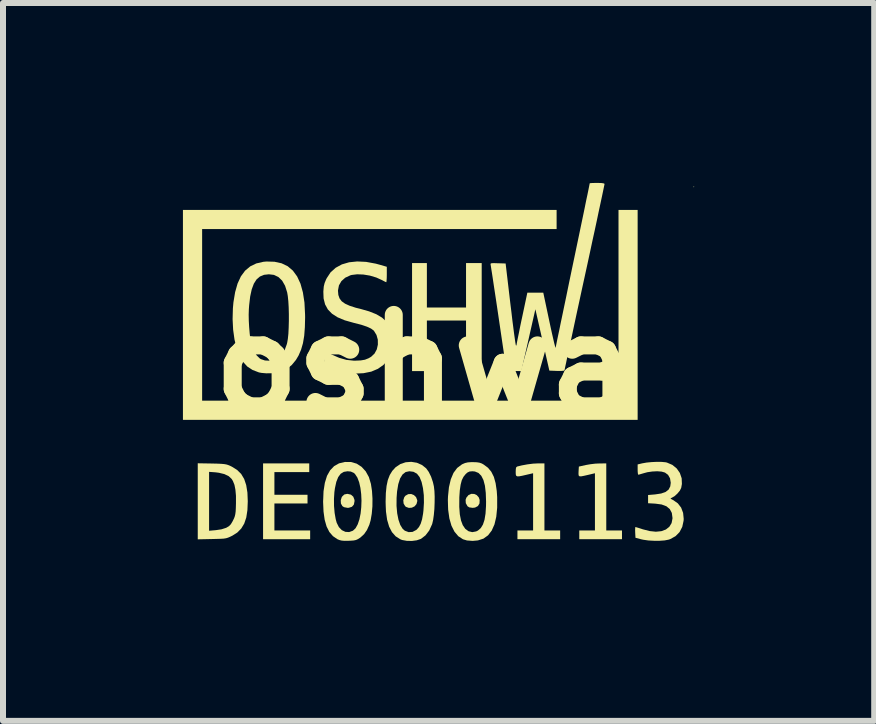
<source format=kicad_pcb>
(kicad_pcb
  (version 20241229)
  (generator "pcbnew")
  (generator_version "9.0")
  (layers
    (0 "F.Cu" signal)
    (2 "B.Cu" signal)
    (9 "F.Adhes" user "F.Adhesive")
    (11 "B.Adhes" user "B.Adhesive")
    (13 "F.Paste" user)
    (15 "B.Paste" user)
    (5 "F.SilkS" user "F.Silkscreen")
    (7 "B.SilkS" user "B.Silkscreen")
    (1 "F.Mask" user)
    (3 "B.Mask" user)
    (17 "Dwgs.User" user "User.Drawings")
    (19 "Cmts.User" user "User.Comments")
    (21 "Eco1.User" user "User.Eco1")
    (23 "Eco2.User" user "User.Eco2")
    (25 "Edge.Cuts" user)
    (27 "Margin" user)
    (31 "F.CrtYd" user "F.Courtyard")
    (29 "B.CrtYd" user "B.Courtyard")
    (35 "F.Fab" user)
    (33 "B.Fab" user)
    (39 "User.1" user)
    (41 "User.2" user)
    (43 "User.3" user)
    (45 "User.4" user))
  (footprint "oshwa"
    (layer "F.Cu")
    (at 4.023 3.035)
    (property "Reference" "oshwa" (at 0 0 0) (layer "F.SilkS") (effects (font (size 1.524 1.524) (thickness 0.3))))
    (attr board_only exclude_from_pos_files exclude_from_bom)
    (fp_poly (pts (xy 4.502 -2.97) (xy 4.495 -2.963) (xy 4.487 -2.97) (xy 4.495 -2.977)) (stroke (width 0) (type solid)) (fill yes) (layer "F.SilkS"))
    (fp_poly (pts (xy 2.207 -2.266) (xy -3.703 -2.266) (xy -3.703 0.595) (xy 3.239 0.595) (xy 3.239 -2.585) (xy 3.558 -2.585) (xy 3.558 0.915) (xy -4.023 0.915) (xy -4.023 -2.585) (xy 2.207 -2.585)) (stroke (width 0) (type solid)) (fill yes) (layer "F.SilkS"))
    (fp_poly (pts (xy -1.917 1.786) (xy -2.498 1.786) (xy -2.498 2.164) (xy -1.946 2.164) (xy -1.946 2.309) (xy -2.498 2.309) (xy -2.498 2.759) (xy -1.902 2.759) (xy -1.902 2.905) (xy -2.687 2.905) (xy -2.687 1.641) (xy -1.917 1.641)) (stroke (width 0) (type solid)) (fill yes) (layer "F.SilkS"))
    (fp_poly (pts (xy 0.044 -0.958) (xy 0.697 -0.958) (xy 0.697 -1.699) (xy 0.958 -1.699) (xy 0.958 0.102) (xy 0.697 0.102) (xy 0.697 -0.741) (xy 0.044 -0.741) (xy 0.044 0.102) (xy -0.203 0.102) (xy -0.203 -1.699) (xy 0.044 -1.699)) (stroke (width 0) (type solid)) (fill yes) (layer "F.SilkS"))
    (fp_poly (pts (xy 0.832 2.15) (xy 0.876 2.17) (xy 0.91 2.209) (xy 0.924 2.251) (xy 0.921 2.309) (xy 0.895 2.352) (xy 0.848 2.377) (xy 0.807 2.382) (xy 0.751 2.374) (xy 0.722 2.356) (xy 0.693 2.304) (xy 0.69 2.247) (xy 0.703 2.211) (xy 0.738 2.169) (xy 0.783 2.149)) (stroke (width 0) (type solid)) (fill yes) (layer "F.SilkS"))
    (fp_poly (pts (xy -0.172 2.169) (xy -0.136 2.204) (xy -0.117 2.254) (xy -0.116 2.27) (xy -0.129 2.319) (xy -0.161 2.357) (xy -0.206 2.379) (xy -0.256 2.383) (xy -0.304 2.366) (xy -0.319 2.353) (xy -0.344 2.31) (xy -0.349 2.257) (xy -0.334 2.207) (xy -0.315 2.181) (xy -0.268 2.154) (xy -0.218 2.151)) (stroke (width 0) (type solid)) (fill yes) (layer "F.SilkS"))
    (fp_poly (pts (xy -1.222 2.162) (xy -1.183 2.196) (xy -1.163 2.249) (xy -1.162 2.27) (xy -1.173 2.327) (xy -1.205 2.364) (xy -1.258 2.381) (xy -1.278 2.382) (xy -1.337 2.371) (xy -1.365 2.353) (xy -1.389 2.31) (xy -1.392 2.257) (xy -1.376 2.205) (xy -1.364 2.188) (xy -1.332 2.159) (xy -1.29 2.15) (xy -1.279 2.149)) (stroke (width 0) (type solid)) (fill yes) (layer "F.SilkS"))
    (fp_poly (pts (xy 3.035 2.759) (xy 3.297 2.759) (xy 3.297 2.905) (xy 2.585 2.905) (xy 2.585 2.759) (xy 2.846 2.759) (xy 2.846 1.805) (xy 2.734 1.832) (xy 2.663 1.848) (xy 2.617 1.857) (xy 2.589 1.856) (xy 2.575 1.843) (xy 2.572 1.818) (xy 2.573 1.779) (xy 2.573 1.776) (xy 2.578 1.694) (xy 2.694 1.668) (xy 2.769 1.655) (xy 2.852 1.645) (xy 2.923 1.642) (xy 3.035 1.641)) (stroke (width 0) (type solid)) (fill yes) (layer "F.SilkS"))
    (fp_poly (pts (xy 2.004 2.759) (xy 2.266 2.759) (xy 2.266 2.905) (xy 1.554 2.905) (xy 1.554 2.759) (xy 1.815 2.759) (xy 1.815 1.805) (xy 1.703 1.831) (xy 1.629 1.848) (xy 1.579 1.857) (xy 1.549 1.857) (xy 1.532 1.845) (xy 1.526 1.822) (xy 1.525 1.786) (xy 1.525 1.78) (xy 1.527 1.732) (xy 1.534 1.705) (xy 1.55 1.693) (xy 1.55 1.693) (xy 1.628 1.674) (xy 1.721 1.657) (xy 1.815 1.645) (xy 1.896 1.641) (xy 1.896 1.641) (xy 2.004 1.641)) (stroke (width 0) (type solid)) (fill yes) (layer "F.SilkS"))
    (fp_poly (pts (xy -3.539 1.643) (xy -3.451 1.645) (xy -3.386 1.648) (xy -3.339 1.652) (xy -3.302 1.658) (xy -3.271 1.667) (xy -3.239 1.68) (xy -3.205 1.697) (xy -3.12 1.75) (xy -3.052 1.817) (xy -3.002 1.901) (xy -2.968 2.003) (xy -2.948 2.127) (xy -2.942 2.273) (xy -2.948 2.42) (xy -2.967 2.543) (xy -3.001 2.644) (xy -3.051 2.727) (xy -3.117 2.794) (xy -3.201 2.847) (xy -3.205 2.849) (xy -3.243 2.867) (xy -3.274 2.88) (xy -3.305 2.889) (xy -3.343 2.895) (xy -3.392 2.898) (xy -3.459 2.9) (xy -3.539 2.902) (xy -3.776 2.907) (xy -3.776 2.764) (xy -3.587 2.764) (xy -3.475 2.754) (xy -3.381 2.74) (xy -3.306 2.716) (xy -3.297 2.712) (xy -3.255 2.687) (xy -3.224 2.655) (xy -3.195 2.606) (xy -3.188 2.592) (xy -3.17 2.555) (xy -3.158 2.522) (xy -3.15 2.487) (xy -3.144 2.442) (xy -3.141 2.382) (xy -3.139 2.307) (xy -3.139 2.181) (xy -3.148 2.08) (xy -3.164 1.999) (xy -3.19 1.934) (xy -3.211 1.9) (xy -3.26 1.854) (xy -3.333 1.819) (xy -3.424 1.797) (xy -3.478 1.79) (xy -3.587 1.782) (xy -3.587 2.764) (xy -3.776 2.764) (xy -3.776 1.639)) (stroke (width 0) (type solid)) (fill yes) (layer "F.SilkS"))
    (fp_poly (pts (xy 0.876 1.622) (xy 0.921 1.629) (xy 0.961 1.643) (xy 0.992 1.661) (xy 1.062 1.713) (xy 1.118 1.78) (xy 1.161 1.866) (xy 1.19 1.971) (xy 1.209 2.1) (xy 1.216 2.203) (xy 1.216 2.38) (xy 1.201 2.531) (xy 1.171 2.658) (xy 1.125 2.761) (xy 1.064 2.84) (xy 0.988 2.895) (xy 0.895 2.925) (xy 0.807 2.933) (xy 0.713 2.926) (xy 0.646 2.906) (xy 0.568 2.855) (xy 0.504 2.779) (xy 0.454 2.68) (xy 0.419 2.558) (xy 0.399 2.415) (xy 0.397 2.365) (xy 0.584 2.365) (xy 0.593 2.49) (xy 0.613 2.592) (xy 0.642 2.67) (xy 0.685 2.733) (xy 0.739 2.772) (xy 0.801 2.787) (xy 0.866 2.775) (xy 0.896 2.76) (xy 0.943 2.719) (xy 0.979 2.66) (xy 1.005 2.581) (xy 1.022 2.478) (xy 1.03 2.351) (xy 1.031 2.28) (xy 1.026 2.133) (xy 1.012 2.013) (xy 0.987 1.918) (xy 0.951 1.847) (xy 0.904 1.8) (xy 0.845 1.776) (xy 0.803 1.772) (xy 0.756 1.776) (xy 0.72 1.793) (xy 0.69 1.82) (xy 0.654 1.865) (xy 0.626 1.922) (xy 0.607 1.995) (xy 0.593 2.089) (xy 0.585 2.206) (xy 0.585 2.216) (xy 0.584 2.365) (xy 0.397 2.365) (xy 0.394 2.251) (xy 0.396 2.194) (xy 0.412 2.038) (xy 0.443 1.906) (xy 0.488 1.799) (xy 0.549 1.717) (xy 0.625 1.66) (xy 0.631 1.656) (xy 0.679 1.635) (xy 0.726 1.624) (xy 0.784 1.62) (xy 0.813 1.62)) (stroke (width 0) (type solid)) (fill yes) (layer "F.SilkS"))
    (fp_poly (pts (xy -1.22 1.618) (xy -1.127 1.645) (xy -1.045 1.698) (xy -0.976 1.773) (xy -0.923 1.869) (xy -0.889 1.982) (xy -0.871 2.1) (xy -0.863 2.227) (xy -0.864 2.357) (xy -0.875 2.481) (xy -0.894 2.591) (xy -0.915 2.663) (xy -0.955 2.752) (xy -1.002 2.82) (xy -1.061 2.874) (xy -1.072 2.882) (xy -1.107 2.904) (xy -1.138 2.918) (xy -1.177 2.926) (xy -1.232 2.93) (xy -1.261 2.931) (xy -1.328 2.932) (xy -1.376 2.928) (xy -1.413 2.919) (xy -1.449 2.904) (xy -1.523 2.853) (xy -1.582 2.784) (xy -1.628 2.693) (xy -1.66 2.581) (xy -1.679 2.445) (xy -1.686 2.284) (xy -1.686 2.271) (xy -1.684 2.233) (xy -1.505 2.233) (xy -1.504 2.352) (xy -1.494 2.467) (xy -1.476 2.57) (xy -1.459 2.632) (xy -1.423 2.703) (xy -1.374 2.754) (xy -1.315 2.782) (xy -1.252 2.786) (xy -1.189 2.763) (xy -1.145 2.722) (xy -1.109 2.657) (xy -1.081 2.574) (xy -1.061 2.477) (xy -1.05 2.372) (xy -1.046 2.262) (xy -1.051 2.153) (xy -1.064 2.049) (xy -1.085 1.956) (xy -1.115 1.877) (xy -1.154 1.818) (xy -1.173 1.8) (xy -1.224 1.777) (xy -1.278 1.772) (xy -1.341 1.782) (xy -1.393 1.814) (xy -1.434 1.869) (xy -1.466 1.949) (xy -1.489 2.055) (xy -1.498 2.12) (xy -1.505 2.233) (xy -1.684 2.233) (xy -1.679 2.106) (xy -1.657 1.965) (xy -1.621 1.848) (xy -1.569 1.756) (xy -1.502 1.686) (xy -1.42 1.64) (xy -1.322 1.617) (xy -1.322 1.617)) (stroke (width 0) (type solid)) (fill yes) (layer "F.SilkS"))
    (fp_poly (pts (xy -0.123 1.63) (xy -0.037 1.668) (xy 0.032 1.723) (xy 0.075 1.783) (xy 0.114 1.862) (xy 0.145 1.954) (xy 0.161 2.024) (xy 0.17 2.101) (xy 0.174 2.195) (xy 0.173 2.298) (xy 0.169 2.402) (xy 0.16 2.5) (xy 0.148 2.585) (xy 0.133 2.649) (xy 0.131 2.655) (xy 0.083 2.76) (xy 0.021 2.841) (xy -0.053 2.898) (xy -0.057 2.9) (xy -0.124 2.923) (xy -0.206 2.934) (xy -0.291 2.932) (xy -0.369 2.918) (xy -0.399 2.906) (xy -0.476 2.857) (xy -0.538 2.787) (xy -0.585 2.696) (xy -0.619 2.581) (xy -0.638 2.443) (xy -0.642 2.35) (xy -0.462 2.35) (xy -0.451 2.473) (xy -0.43 2.579) (xy -0.4 2.666) (xy -0.361 2.73) (xy -0.324 2.763) (xy -0.26 2.787) (xy -0.195 2.783) (xy -0.134 2.751) (xy -0.125 2.744) (xy -0.088 2.702) (xy -0.059 2.647) (xy -0.036 2.573) (xy -0.019 2.477) (xy -0.013 2.425) (xy -0.005 2.297) (xy -0.007 2.171) (xy -0.021 2.054) (xy -0.044 1.951) (xy -0.077 1.87) (xy -0.078 1.868) (xy -0.121 1.813) (xy -0.179 1.781) (xy -0.248 1.772) (xy -0.31 1.785) (xy -0.362 1.826) (xy -0.403 1.893) (xy -0.433 1.988) (xy -0.453 2.109) (xy -0.461 2.215) (xy -0.462 2.35) (xy -0.642 2.35) (xy -0.644 2.28) (xy -0.64 2.136) (xy -0.628 2.017) (xy -0.607 1.918) (xy -0.575 1.835) (xy -0.532 1.765) (xy -0.476 1.704) (xy -0.476 1.704) (xy -0.398 1.652) (xy -0.31 1.622) (xy -0.216 1.615)) (stroke (width 0) (type solid)) (fill yes) (layer "F.SilkS"))
    (fp_poly (pts (xy 3.959 1.616) (xy 4.023 1.622) (xy 4.046 1.627) (xy 4.137 1.666) (xy 4.21 1.726) (xy 4.262 1.801) (xy 4.292 1.889) (xy 4.296 1.984) (xy 4.284 2.05) (xy 4.261 2.096) (xy 4.221 2.144) (xy 4.174 2.187) (xy 4.129 2.213) (xy 4.125 2.215) (xy 4.108 2.222) (xy 4.111 2.231) (xy 4.135 2.245) (xy 4.153 2.254) (xy 4.228 2.307) (xy 4.283 2.378) (xy 4.316 2.466) (xy 4.326 2.567) (xy 4.324 2.597) (xy 4.302 2.699) (xy 4.257 2.786) (xy 4.19 2.854) (xy 4.104 2.902) (xy 4.075 2.912) (xy 4.009 2.925) (xy 3.925 2.931) (xy 3.831 2.931) (xy 3.737 2.926) (xy 3.653 2.914) (xy 3.616 2.906) (xy 3.522 2.881) (xy 3.517 2.791) (xy 3.516 2.744) (xy 3.518 2.712) (xy 3.521 2.701) (xy 3.537 2.706) (xy 3.574 2.717) (xy 3.624 2.733) (xy 3.641 2.739) (xy 3.757 2.769) (xy 3.862 2.78) (xy 3.953 2.771) (xy 4.029 2.743) (xy 4.086 2.698) (xy 4.124 2.636) (xy 4.139 2.559) (xy 4.139 2.549) (xy 4.128 2.467) (xy 4.094 2.403) (xy 4.038 2.356) (xy 3.958 2.326) (xy 3.854 2.312) (xy 3.853 2.312) (xy 3.732 2.305) (xy 3.732 2.168) (xy 3.85 2.158) (xy 3.95 2.143) (xy 4.024 2.117) (xy 4.074 2.078) (xy 4.102 2.024) (xy 4.11 1.964) (xy 4.098 1.89) (xy 4.065 1.832) (xy 4.014 1.794) (xy 3.959 1.778) (xy 3.885 1.772) (xy 3.803 1.776) (xy 3.72 1.788) (xy 3.672 1.801) (xy 3.623 1.815) (xy 3.586 1.826) (xy 3.569 1.83) (xy 3.563 1.817) (xy 3.559 1.782) (xy 3.558 1.744) (xy 3.558 1.658) (xy 3.634 1.64) (xy 3.708 1.627) (xy 3.792 1.619) (xy 3.879 1.615)) (stroke (width 0) (type solid)) (fill yes) (layer "F.SilkS"))
    (fp_poly (pts (xy -2.496 -1.721) (xy -2.378 -1.695) (xy -2.276 -1.646) (xy -2.19 -1.573) (xy -2.119 -1.476) (xy -2.063 -1.355) (xy -2.023 -1.21) (xy -1.997 -1.041) (xy -1.987 -0.846) (xy -1.986 -0.799) (xy -1.99 -0.631) (xy -2.001 -0.487) (xy -2.022 -0.363) (xy -2.053 -0.256) (xy -2.094 -0.16) (xy -2.139 -0.084) (xy -2.208 -0.000372) (xy -2.289 0.066) (xy -2.376 0.111) (xy -2.394 0.117) (xy -2.464 0.131) (xy -2.548 0.138) (xy -2.635 0.139) (xy -2.714 0.132) (xy -2.756 0.124) (xy -2.863 0.083) (xy -2.95 0.026) (xy -3.02 -0.051) (xy -3.077 -0.147) (xy -3.126 -0.274) (xy -3.163 -0.422) (xy -3.186 -0.587) (xy -3.195 -0.763) (xy -3.193 -0.839) (xy -2.927 -0.839) (xy -2.925 -0.737) (xy -2.919 -0.63) (xy -2.91 -0.525) (xy -2.899 -0.431) (xy -2.885 -0.353) (xy -2.875 -0.315) (xy -2.841 -0.232) (xy -2.795 -0.161) (xy -2.743 -0.11) (xy -2.725 -0.098) (xy -2.656 -0.075) (xy -2.577 -0.071) (xy -2.497 -0.083) (xy -2.43 -0.113) (xy -2.424 -0.117) (xy -2.373 -0.169) (xy -2.328 -0.246) (xy -2.292 -0.344) (xy -2.285 -0.371) (xy -2.274 -0.434) (xy -2.265 -0.52) (xy -2.26 -0.623) (xy -2.257 -0.735) (xy -2.257 -0.85) (xy -2.26 -0.962) (xy -2.266 -1.064) (xy -2.275 -1.15) (xy -2.285 -1.209) (xy -2.32 -1.32) (xy -2.369 -1.406) (xy -2.431 -1.466) (xy -2.506 -1.502) (xy -2.59 -1.512) (xy -2.671 -1.503) (xy -2.739 -1.475) (xy -2.796 -1.426) (xy -2.841 -1.355) (xy -2.876 -1.261) (xy -2.902 -1.142) (xy -2.919 -0.997) (xy -2.924 -0.929) (xy -2.927 -0.839) (xy -3.193 -0.839) (xy -3.19 -0.945) (xy -3.181 -1.046) (xy -3.153 -1.214) (xy -3.112 -1.358) (xy -3.057 -1.477) (xy -2.987 -1.572) (xy -2.901 -1.644) (xy -2.8 -1.693) (xy -2.683 -1.72) (xy -2.63 -1.725)) (stroke (width 0) (type solid)) (fill yes) (layer "F.SilkS"))
    (fp_poly (pts (xy -0.969 -1.719) (xy -0.807 -1.689) (xy -0.73 -1.668) (xy -0.624 -1.637) (xy -0.624 -1.508) (xy -0.625 -1.451) (xy -0.628 -1.407) (xy -0.631 -1.383) (xy -0.633 -1.38) (xy -0.649 -1.386) (xy -0.682 -1.403) (xy -0.704 -1.415) (xy -0.799 -1.458) (xy -0.906 -1.49) (xy -1.015 -1.508) (xy -1.118 -1.512) (xy -1.209 -1.501) (xy -1.231 -1.495) (xy -1.317 -1.455) (xy -1.381 -1.398) (xy -1.422 -1.327) (xy -1.438 -1.243) (xy -1.438 -1.236) (xy -1.432 -1.167) (xy -1.412 -1.11) (xy -1.376 -1.062) (xy -1.32 -1.022) (xy -1.243 -0.987) (xy -1.141 -0.954) (xy -1.067 -0.936) (xy -0.92 -0.894) (xy -0.799 -0.846) (xy -0.703 -0.789) (xy -0.629 -0.721) (xy -0.577 -0.641) (xy -0.543 -0.547) (xy -0.527 -0.438) (xy -0.527 -0.43) (xy -0.53 -0.299) (xy -0.558 -0.183) (xy -0.608 -0.083) (xy -0.68 -0.001) (xy -0.772 0.064) (xy -0.883 0.111) (xy -1.012 0.137) (xy -1.157 0.144) (xy -1.318 0.13) (xy -1.368 0.122) (xy -1.438 0.107) (xy -1.513 0.087) (xy -1.571 0.069) (xy -1.663 0.036) (xy -1.667 -0.098) (xy -1.668 -0.156) (xy -1.667 -0.202) (xy -1.665 -0.228) (xy -1.663 -0.232) (xy -1.648 -0.226) (xy -1.613 -0.209) (xy -1.565 -0.186) (xy -1.543 -0.174) (xy -1.418 -0.119) (xy -1.298 -0.085) (xy -1.176 -0.072) (xy -1.147 -0.072) (xy -1.058 -0.076) (xy -0.988 -0.088) (xy -0.928 -0.112) (xy -0.885 -0.137) (xy -0.829 -0.19) (xy -0.791 -0.26) (xy -0.773 -0.339) (xy -0.774 -0.422) (xy -0.796 -0.5) (xy -0.838 -0.569) (xy -0.845 -0.576) (xy -0.887 -0.607) (xy -0.954 -0.638) (xy -1.048 -0.67) (xy -1.17 -0.701) (xy -1.181 -0.704) (xy -1.326 -0.745) (xy -1.445 -0.795) (xy -1.538 -0.855) (xy -1.607 -0.926) (xy -1.653 -1.01) (xy -1.678 -1.109) (xy -1.682 -1.224) (xy -1.681 -1.237) (xy -1.675 -1.308) (xy -1.661 -1.366) (xy -1.637 -1.424) (xy -1.625 -1.448) (xy -1.561 -1.545) (xy -1.476 -1.621) (xy -1.373 -1.677) (xy -1.253 -1.712) (xy -1.118 -1.726)) (stroke (width 0) (type solid)) (fill yes) (layer "F.SilkS"))
    (fp_poly (pts (xy 2.948 -3.034) (xy 2.987 -3.029) (xy 3.005 -3.021) (xy 3.006 -3.017) (xy 3.003 -3.001) (xy 2.994 -2.958) (xy 2.98 -2.89) (xy 2.961 -2.8) (xy 2.937 -2.688) (xy 2.909 -2.558) (xy 2.878 -2.41) (xy 2.843 -2.247) (xy 2.804 -2.07) (xy 2.764 -1.882) (xy 2.721 -1.683) (xy 2.676 -1.477) (xy 2.672 -1.459) (xy 2.627 -1.253) (xy 2.584 -1.054) (xy 2.543 -0.865) (xy 2.505 -0.688) (xy 2.47 -0.524) (xy 2.438 -0.375) (xy 2.409 -0.244) (xy 2.385 -0.132) (xy 2.366 -0.04) (xy 2.351 0.029) (xy 2.342 0.073) (xy 2.338 0.091) (xy 2.338 0.091) (xy 2.325 0.096) (xy 2.289 0.099) (xy 2.237 0.099) (xy 2.212 0.099) (xy 2.086 0.094) (xy 1.853 -0.929) (xy 1.736 -0.414) (xy 1.619 0.101) (xy 1.372 0.102) (xy 1.244 -0.766) (xy 1.221 -0.922) (xy 1.199 -1.07) (xy 1.178 -1.208) (xy 1.159 -1.333) (xy 1.143 -1.441) (xy 1.129 -1.532) (xy 1.118 -1.601) (xy 1.111 -1.647) (xy 1.108 -1.667) (xy 1.105 -1.683) (xy 1.11 -1.692) (xy 1.127 -1.697) (xy 1.163 -1.698) (xy 1.221 -1.696) (xy 1.229 -1.696) (xy 1.357 -1.692) (xy 1.437 -1.014) (xy 1.454 -0.877) (xy 1.469 -0.748) (xy 1.484 -0.632) (xy 1.497 -0.53) (xy 1.509 -0.445) (xy 1.518 -0.381) (xy 1.525 -0.34) (xy 1.529 -0.325) (xy 1.538 -0.327) (xy 1.539 -0.335) (xy 1.542 -0.354) (xy 1.55 -0.398) (xy 1.563 -0.462) (xy 1.58 -0.544) (xy 1.599 -0.64) (xy 1.621 -0.745) (xy 1.629 -0.781) (xy 1.719 -1.205) (xy 1.985 -1.205) (xy 2.085 -0.733) (xy 2.109 -0.621) (xy 2.131 -0.521) (xy 2.151 -0.434) (xy 2.167 -0.365) (xy 2.18 -0.315) (xy 2.188 -0.289) (xy 2.19 -0.286) (xy 2.193 -0.299) (xy 2.198 -0.325) (xy 2.206 -0.365) (xy 2.217 -0.42) (xy 2.232 -0.491) (xy 2.251 -0.58) (xy 2.273 -0.689) (xy 2.3 -0.817) (xy 2.331 -0.966) (xy 2.367 -1.138) (xy 2.407 -1.334) (xy 2.453 -1.555) (xy 2.505 -1.803) (xy 2.548 -2.009) (xy 2.583 -2.176) (xy 2.616 -2.335) (xy 2.647 -2.483) (xy 2.675 -2.618) (xy 2.699 -2.738) (xy 2.721 -2.84) (xy 2.738 -2.923) (xy 2.75 -2.983) (xy 2.757 -3.019) (xy 2.759 -3.029) (xy 2.773 -3.032) (xy 2.808 -3.034) (xy 2.86 -3.035) (xy 2.883 -3.035)) (stroke (width 0) (type solid)) (fill yes) (layer "F.SilkS")))
  (gr_rect
    (start -3 -3)
    (end 11.525 8.969)
    (stroke (width 0.1) (type default))
    (fill no)
    (layer "Edge.Cuts")))
</source>
